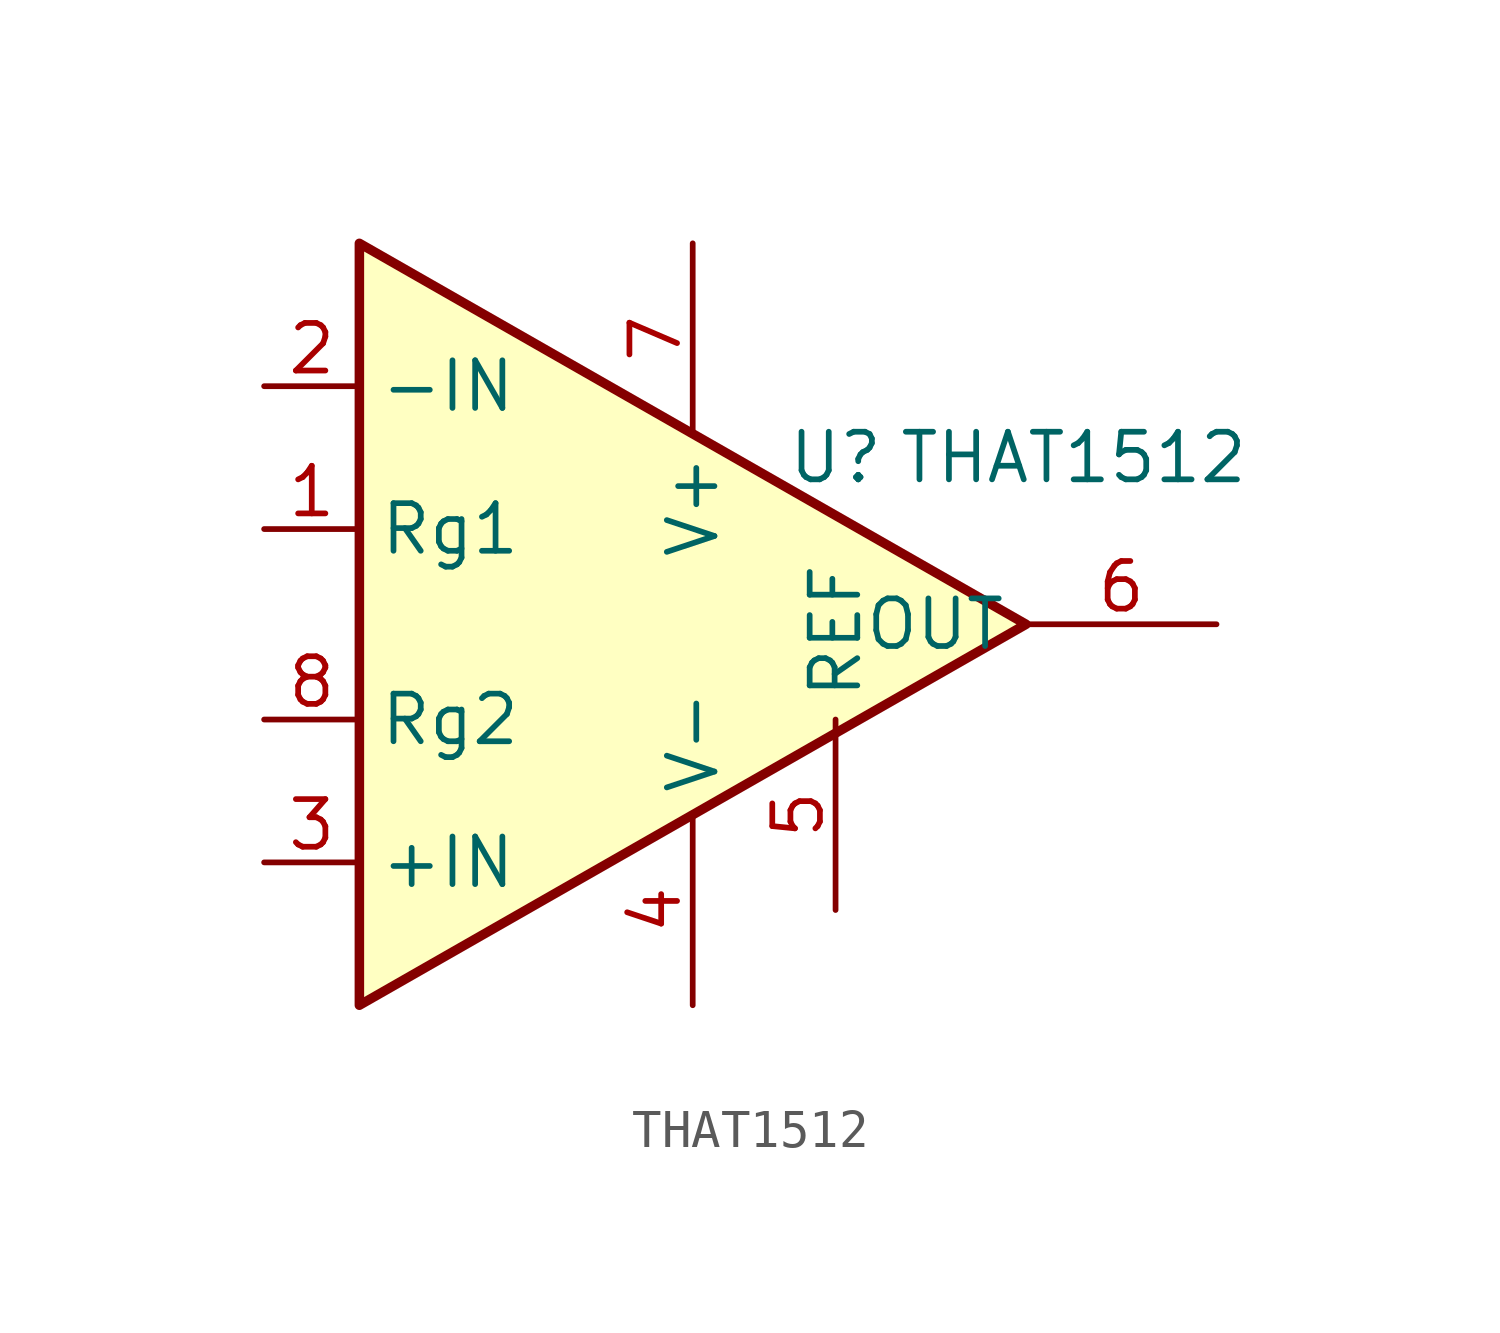
<source format=kicad_sym>
(kicad_symbol_lib
  (version 20211014)
  (generator kicad_symbol_editor)
  (symbol "THAT1512"
    (property "Reference" "U"
      (at 12.7 4.445 0)
      (effects (font (size 1.27 1.27))))
    (property "Value" "THAT1512"
      (at 19.05 4.445 0)
      (effects (font (size 1.27 1.27))))
    (symbol "THAT1512_0_1"
      (polyline (pts (xy 0 10.16) (xy 0 -10.16) (xy 17.78 0) (xy 0 10.16)) (stroke (width 0.254) (type default) (color 0 0 0 0)) (fill (type background))))
    (symbol "THAT1512_1_1"
      (pin passive line (at -2.54 2.54 0) (length 2.54) (name "Rg1" (effects (font (size 1.27 1.27)))) (number "1" (effects (font (size 1.27 1.27)))))
      (pin input line (at -2.54 6.35 0) (length 2.54) (name "-IN" (effects (font (size 1.27 1.27)))) (number "2" (effects (font (size 1.27 1.27)))))
      (pin input line (at -2.54 -6.35 0) (length 2.54) (name "+IN" (effects (font (size 1.27 1.27)))) (number "3" (effects (font (size 1.27 1.27)))))
      (pin power_in line (at 8.89 -10.16 90) (length 5.08) (name "V-" (effects (font (size 1.27 1.27)))) (number "4" (effects (font (size 1.27 1.27)))))
      (pin power_in line (at 12.7 -7.62 90) (length 5.08) (name "REF" (effects (font (size 1.27 1.27)))) (number "5" (effects (font (size 1.27 1.27)))))
      (pin output line (at 22.86 0 180) (length 5.08) (name "OUT" (effects (font (size 1.27 1.27)))) (number "6" (effects (font (size 1.27 1.27)))))
      (pin power_in line (at 8.89 10.16 270) (length 5.08) (name "V+" (effects (font (size 1.27 1.27)))) (number "7" (effects (font (size 1.27 1.27)))))
      (pin passive line (at -2.54 -2.54 0) (length 2.54) (name "Rg2" (effects (font (size 1.27 1.27)))) (number "8" (effects (font (size 1.27 1.27))))))))
</source>
